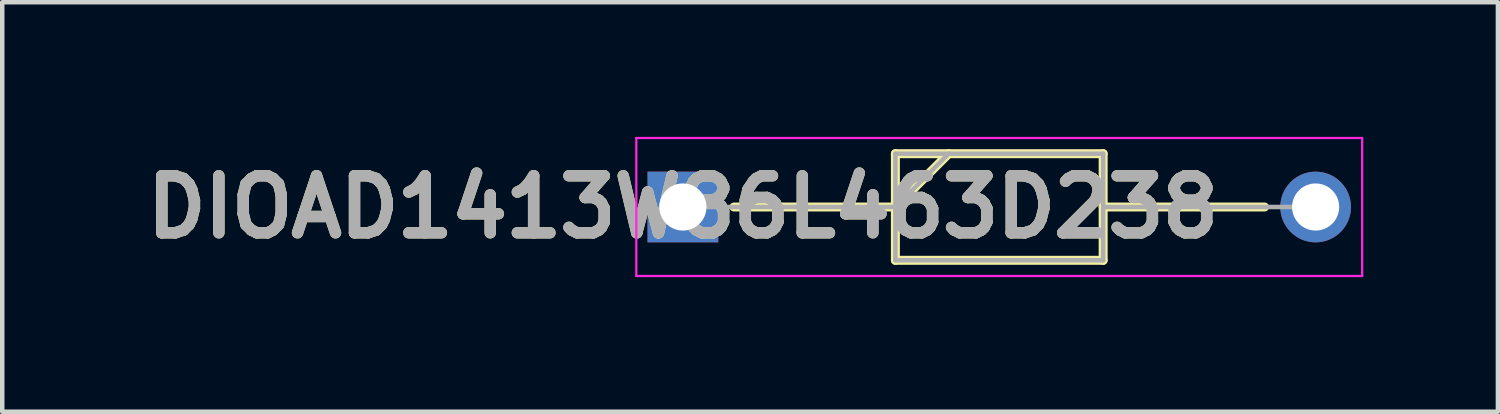
<source format=kicad_pcb>
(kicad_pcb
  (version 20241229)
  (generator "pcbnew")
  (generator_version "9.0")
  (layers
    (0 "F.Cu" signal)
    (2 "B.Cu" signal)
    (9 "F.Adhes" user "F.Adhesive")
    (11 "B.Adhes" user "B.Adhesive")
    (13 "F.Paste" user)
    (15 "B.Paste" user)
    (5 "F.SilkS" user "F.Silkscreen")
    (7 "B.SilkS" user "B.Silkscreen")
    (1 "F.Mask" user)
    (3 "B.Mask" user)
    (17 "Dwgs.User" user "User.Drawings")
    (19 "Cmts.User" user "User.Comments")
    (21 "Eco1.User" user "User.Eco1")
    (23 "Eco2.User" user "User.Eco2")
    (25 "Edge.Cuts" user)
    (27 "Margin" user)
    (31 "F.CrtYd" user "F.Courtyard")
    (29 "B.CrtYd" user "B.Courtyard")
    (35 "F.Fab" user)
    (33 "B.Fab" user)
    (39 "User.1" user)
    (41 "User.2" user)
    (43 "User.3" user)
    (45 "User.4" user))
  (footprint "DIOAD1413W86L463D238"
    (layer "F.Cu")
    (at 12.168 1.563)
    (property "Reference" "DIOAD1413W86L463D238" (at 0 0 0) (layer "F.SilkS") (effects (font (size 1.27 1.27) (thickness 0.254))))
    (attr through_hole)
    (fp_line (start 1.138 0) (end 4.735 0) (stroke (width 0.2) (type solid)) (layer "F.SilkS"))
    (fp_line (start 4.735 -1.188) (end 9.365 -1.188) (stroke (width 0.2) (type solid)) (layer "F.SilkS"))
    (fp_line (start 4.735 0) (end 5.922 -1.188) (stroke (width 0.2) (type solid)) (layer "F.SilkS"))
    (fp_line (start 4.735 1.188) (end 4.735 -1.188) (stroke (width 0.2) (type solid)) (layer "F.SilkS"))
    (fp_line (start 9.365 -1.188) (end 9.365 1.188) (stroke (width 0.2) (type solid)) (layer "F.SilkS"))
    (fp_line (start 9.365 0) (end 12.962 0) (stroke (width 0.2) (type solid)) (layer "F.SilkS"))
    (fp_line (start 9.365 1.188) (end 4.735 1.188) (stroke (width 0.2) (type solid)) (layer "F.SilkS"))
    (fp_line (start -1.038 -1.538) (end 15.137 -1.538) (stroke (width 0.05) (type solid)) (layer "F.CrtYd"))
    (fp_line (start -1.038 1.537) (end -1.038 -1.538) (stroke (width 0.05) (type solid)) (layer "F.CrtYd"))
    (fp_line (start 15.137 -1.538) (end 15.137 1.537) (stroke (width 0.05) (type solid)) (layer "F.CrtYd"))
    (fp_line (start 15.137 1.537) (end -1.038 1.537) (stroke (width 0.05) (type solid)) (layer "F.CrtYd"))
    (fp_line (start 0 0) (end 4.735 0) (stroke (width 0.1) (type solid)) (layer "F.Fab"))
    (fp_line (start 4.735 -1.188) (end 9.365 -1.188) (stroke (width 0.1) (type solid)) (layer "F.Fab"))
    (fp_line (start 4.735 0) (end 5.923 -1.188) (stroke (width 0.1) (type solid)) (layer "F.Fab"))
    (fp_line (start 4.735 1.187) (end 4.735 -1.188) (stroke (width 0.1) (type solid)) (layer "F.Fab"))
    (fp_line (start 9.365 -1.188) (end 9.365 1.187) (stroke (width 0.1) (type solid)) (layer "F.Fab"))
    (fp_line (start 9.365 0) (end 14.1 0) (stroke (width 0.1) (type solid)) (layer "F.Fab"))
    (fp_line (start 9.365 1.187) (end 4.735 1.187) (stroke (width 0.1) (type solid)) (layer "F.Fab"))
    (fp_text user "${REFERENCE}" (at 0 0 0) (layer "F.Fab") (effects (font (size 1.27 1.27) (thickness 0.254))))
    (pad "1" thru_hole rect (at 0 0) (size 1.575 1.575) (drill 1.05) (layers "*.Cu" "*.Mask"))
    (pad "2" thru_hole circle (at 14.1 0) (size 1.575 1.575) (drill 1.05) (layers "*.Cu" "*.Mask")))
  (gr_rect
    (start -3 -3)
    (end 30.33 6.125)
    (stroke (width 0.1) (type default))
    (fill no)
    (layer "Edge.Cuts")))
</source>
